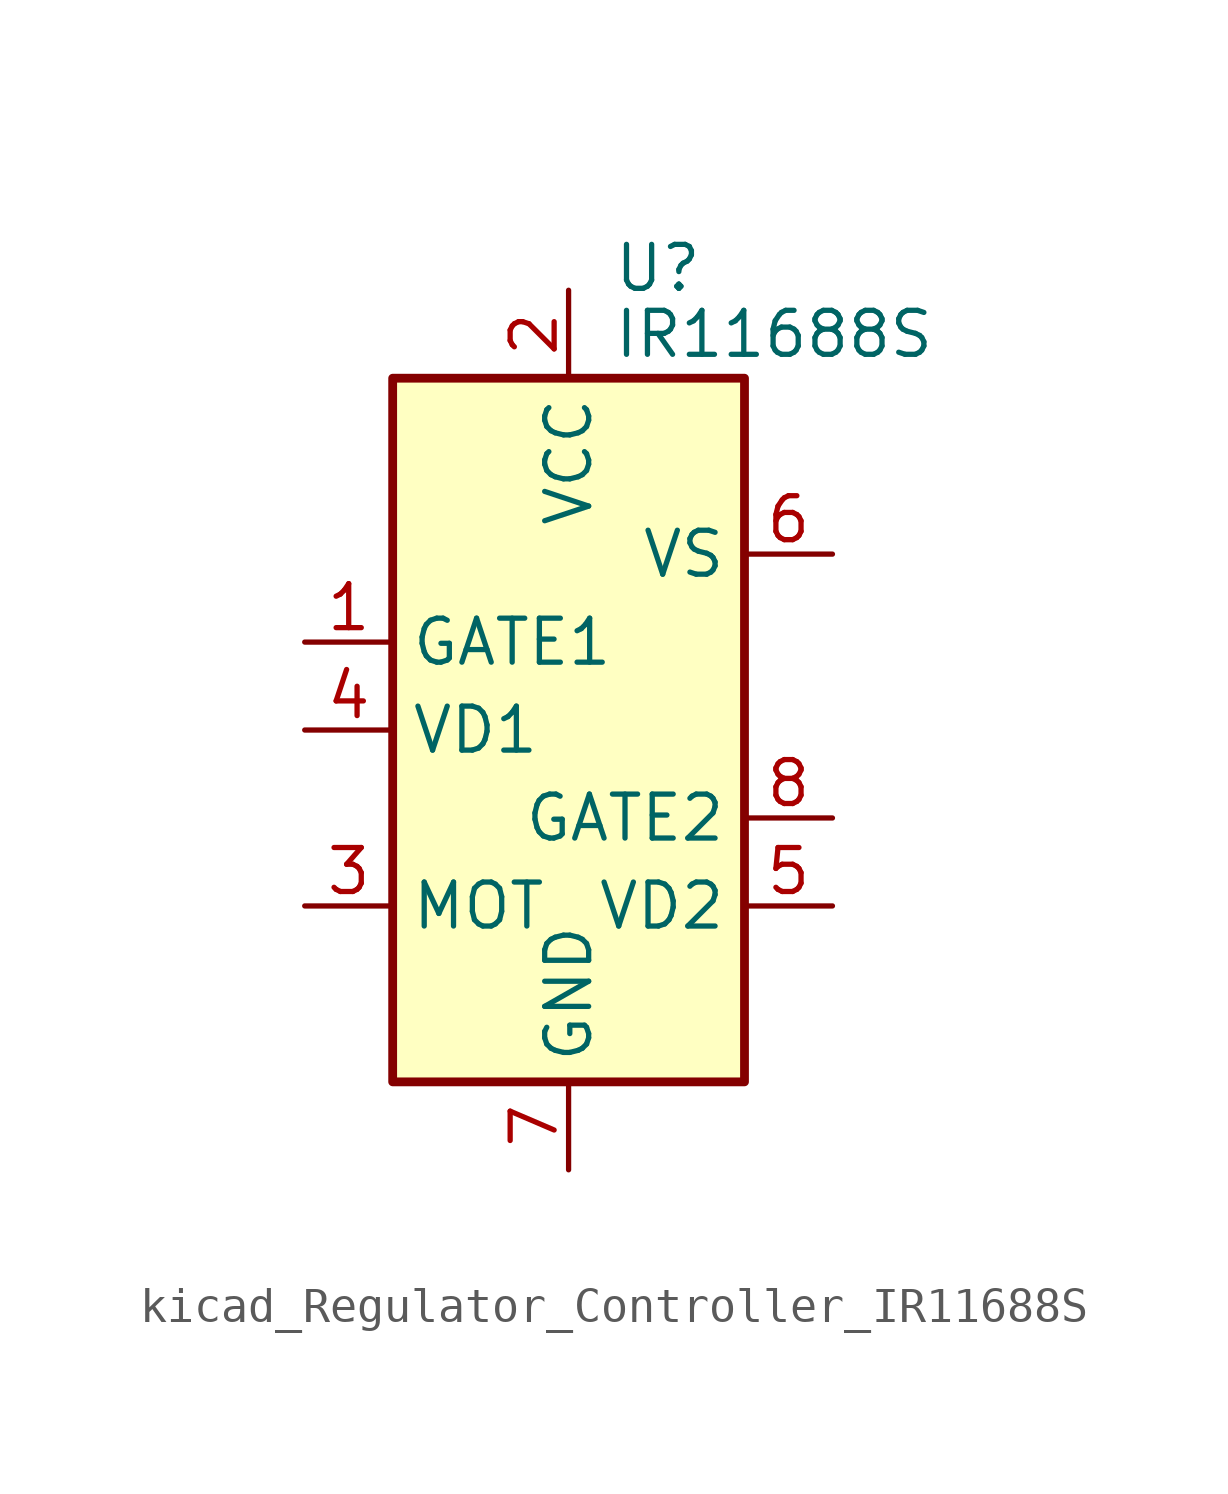
<source format=kicad_sym>
(kicad_symbol_lib
  (version 20220914)
  (generator kicad_symbol_editor)
  (symbol "kicad_Regulator_Controller_IR11688S"
    (property "Reference" "U"
      (at 1.27 13.335 0)
      (effects (font (size 1.27 1.27)) (justify left)))
    (property "Value" "IR11688S"
      (at 1.27 11.43 0)
      (effects (font (size 1.27 1.27)) (justify left)))
    (symbol "kicad_Regulator_Controller_IR11688S_0_1"
      (rectangle (start -5.08 -10.16) (end 5.08 10.16) (stroke (width 0.254) (type default)) (fill (type background))))
    (symbol "kicad_Regulator_Controller_IR11688S_1_1"
      (pin output line (at -7.62 2.54 0) (length 2.54) (name "GATE1" (effects (font (size 1.27 1.27)))) (number "1" (effects (font (size 1.27 1.27)))))
      (pin power_in line (at 0 12.7 270) (length 2.54) (name "VCC" (effects (font (size 1.27 1.27)))) (number "2" (effects (font (size 1.27 1.27)))))
      (pin passive line (at -7.62 -5.08 0) (length 2.54) (name "MOT" (effects (font (size 1.27 1.27)))) (number "3" (effects (font (size 1.27 1.27)))))
      (pin input line (at -7.62 0 0) (length 2.54) (name "VD1" (effects (font (size 1.27 1.27)))) (number "4" (effects (font (size 1.27 1.27)))))
      (pin input line (at 7.62 -5.08 180) (length 2.54) (name "VD2" (effects (font (size 1.27 1.27)))) (number "5" (effects (font (size 1.27 1.27)))))
      (pin input line (at 7.62 5.08 180) (length 2.54) (name "VS" (effects (font (size 1.27 1.27)))) (number "6" (effects (font (size 1.27 1.27)))))
      (pin power_in line (at 0 -12.7 90) (length 2.54) (name "GND" (effects (font (size 1.27 1.27)))) (number "7" (effects (font (size 1.27 1.27)))))
      (pin output line (at 7.62 -2.54 180) (length 2.54) (name "GATE2" (effects (font (size 1.27 1.27)))) (number "8" (effects (font (size 1.27 1.27))))))))
</source>
